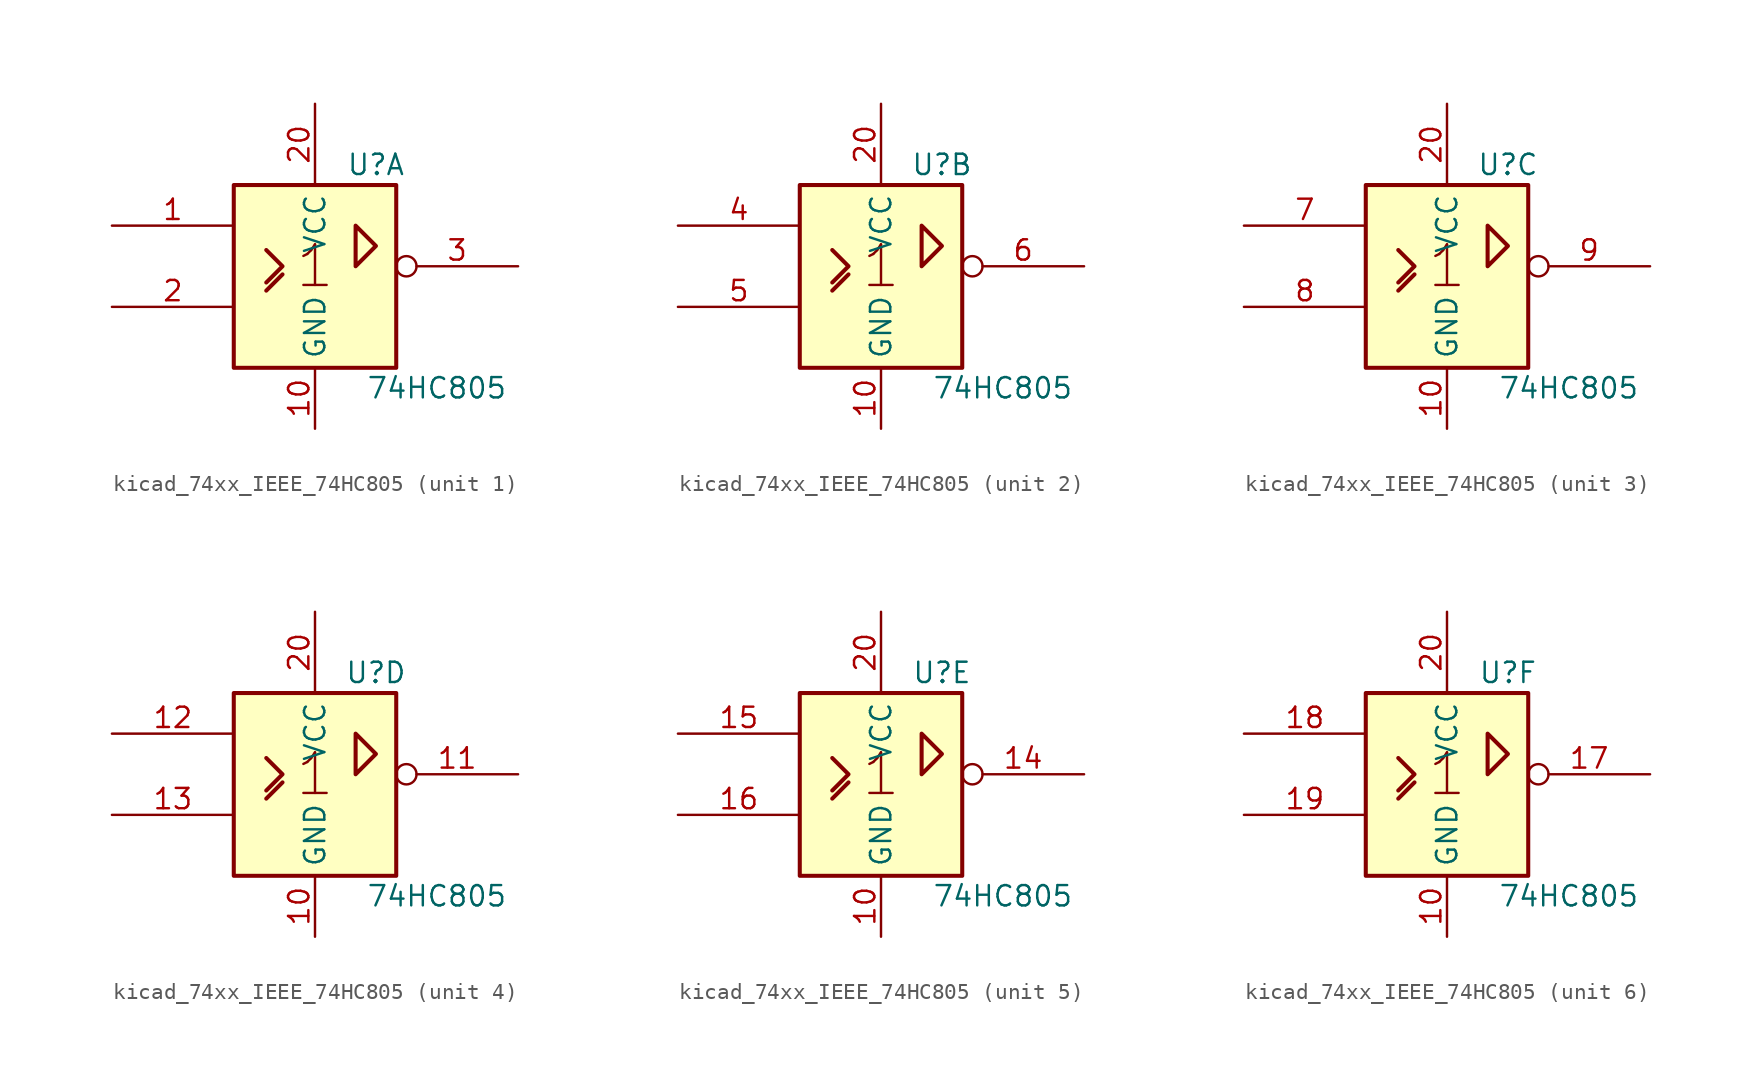
<source format=kicad_sym>
(kicad_symbol_lib
  (version 20220914)
  (generator kicad_symbol_editor)
  (symbol "kicad_74xx_IEEE_74HC805"
    (property "Reference" "U"
      (at 3.81 6.35 0)
      (effects (font (size 1.27 1.27))))
    (property "Value" "74HC805"
      (at 7.62 -7.62 0)
      (effects (font (size 1.27 1.27))))
    (symbol "kicad_74xx_IEEE_74HC805_0_1"
      (rectangle (start -5.08 5.08) (end 5.08 -6.35) (stroke (width 0.254) (type default)) (fill (type background)))
      (polyline (pts (xy -3.048 -1.524) (xy -2.032 -0.508) (xy -2.032 -0.508)) (stroke (width 0.254) (type default)) (fill (type background)))
      (polyline (pts (xy -3.048 1.016) (xy -2.032 0) (xy -3.048 -1.016) (xy -3.048 -1.016)) (stroke (width 0.254) (type default)) (fill (type background)))
      (polyline (pts (xy 2.54 0) (xy 2.54 2.54) (xy 3.81 1.27) (xy 2.54 0) (xy 2.54 0)) (stroke (width 0.254) (type default)) (fill (type background)))
      (text "1" (at 0 0 0) (effects (font (size 2.54 2.54))))
      (pin power_in line (at 0 -10.16 90) (length 3.81) (name "GND" (effects (font (size 1.27 1.27)))) (number "10" (effects (font (size 1.27 1.27)))))
      (pin power_in line (at 0 10.16 270) (length 5.08) (name "VCC" (effects (font (size 1.27 1.27)))) (number "20" (effects (font (size 1.27 1.27))))))
    (symbol "kicad_74xx_IEEE_74HC805_1_1"
      (pin input line (at -12.7 2.54 0) (length 7.62) (name "~" (effects (font (size 1.27 1.27)))) (number "1" (effects (font (size 1.27 1.27)))))
      (pin input line (at -12.7 -2.54 0) (length 7.62) (name "~" (effects (font (size 1.27 1.27)))) (number "2" (effects (font (size 1.27 1.27)))))
      (pin output inverted (at 12.7 0 180) (length 7.62) (name "~" (effects (font (size 1.27 1.27)))) (number "3" (effects (font (size 1.27 1.27))))))
    (symbol "kicad_74xx_IEEE_74HC805_2_1"
      (pin input line (at -12.7 2.54 0) (length 7.62) (name "~" (effects (font (size 1.27 1.27)))) (number "4" (effects (font (size 1.27 1.27)))))
      (pin input line (at -12.7 -2.54 0) (length 7.62) (name "~" (effects (font (size 1.27 1.27)))) (number "5" (effects (font (size 1.27 1.27)))))
      (pin output inverted (at 12.7 0 180) (length 7.62) (name "~" (effects (font (size 1.27 1.27)))) (number "6" (effects (font (size 1.27 1.27))))))
    (symbol "kicad_74xx_IEEE_74HC805_3_1"
      (pin input line (at -12.7 2.54 0) (length 7.62) (name "~" (effects (font (size 1.27 1.27)))) (number "7" (effects (font (size 1.27 1.27)))))
      (pin input line (at -12.7 -2.54 0) (length 7.62) (name "~" (effects (font (size 1.27 1.27)))) (number "8" (effects (font (size 1.27 1.27)))))
      (pin output inverted (at 12.7 0 180) (length 7.62) (name "~" (effects (font (size 1.27 1.27)))) (number "9" (effects (font (size 1.27 1.27))))))
    (symbol "kicad_74xx_IEEE_74HC805_4_1"
      (pin output inverted (at 12.7 0 180) (length 7.62) (name "~" (effects (font (size 1.27 1.27)))) (number "11" (effects (font (size 1.27 1.27)))))
      (pin input line (at -12.7 2.54 0) (length 7.62) (name "~" (effects (font (size 1.27 1.27)))) (number "12" (effects (font (size 1.27 1.27)))))
      (pin input line (at -12.7 -2.54 0) (length 7.62) (name "~" (effects (font (size 1.27 1.27)))) (number "13" (effects (font (size 1.27 1.27))))))
    (symbol "kicad_74xx_IEEE_74HC805_5_1"
      (pin output inverted (at 12.7 0 180) (length 7.62) (name "~" (effects (font (size 1.27 1.27)))) (number "14" (effects (font (size 1.27 1.27)))))
      (pin input line (at -12.7 2.54 0) (length 7.62) (name "~" (effects (font (size 1.27 1.27)))) (number "15" (effects (font (size 1.27 1.27)))))
      (pin input line (at -12.7 -2.54 0) (length 7.62) (name "~" (effects (font (size 1.27 1.27)))) (number "16" (effects (font (size 1.27 1.27))))))
    (symbol "kicad_74xx_IEEE_74HC805_6_1"
      (pin output inverted (at 12.7 0 180) (length 7.62) (name "~" (effects (font (size 1.27 1.27)))) (number "17" (effects (font (size 1.27 1.27)))))
      (pin input line (at -12.7 2.54 0) (length 7.62) (name "~" (effects (font (size 1.27 1.27)))) (number "18" (effects (font (size 1.27 1.27)))))
      (pin input line (at -12.7 -2.54 0) (length 7.62) (name "~" (effects (font (size 1.27 1.27)))) (number "19" (effects (font (size 1.27 1.27))))))))
</source>
